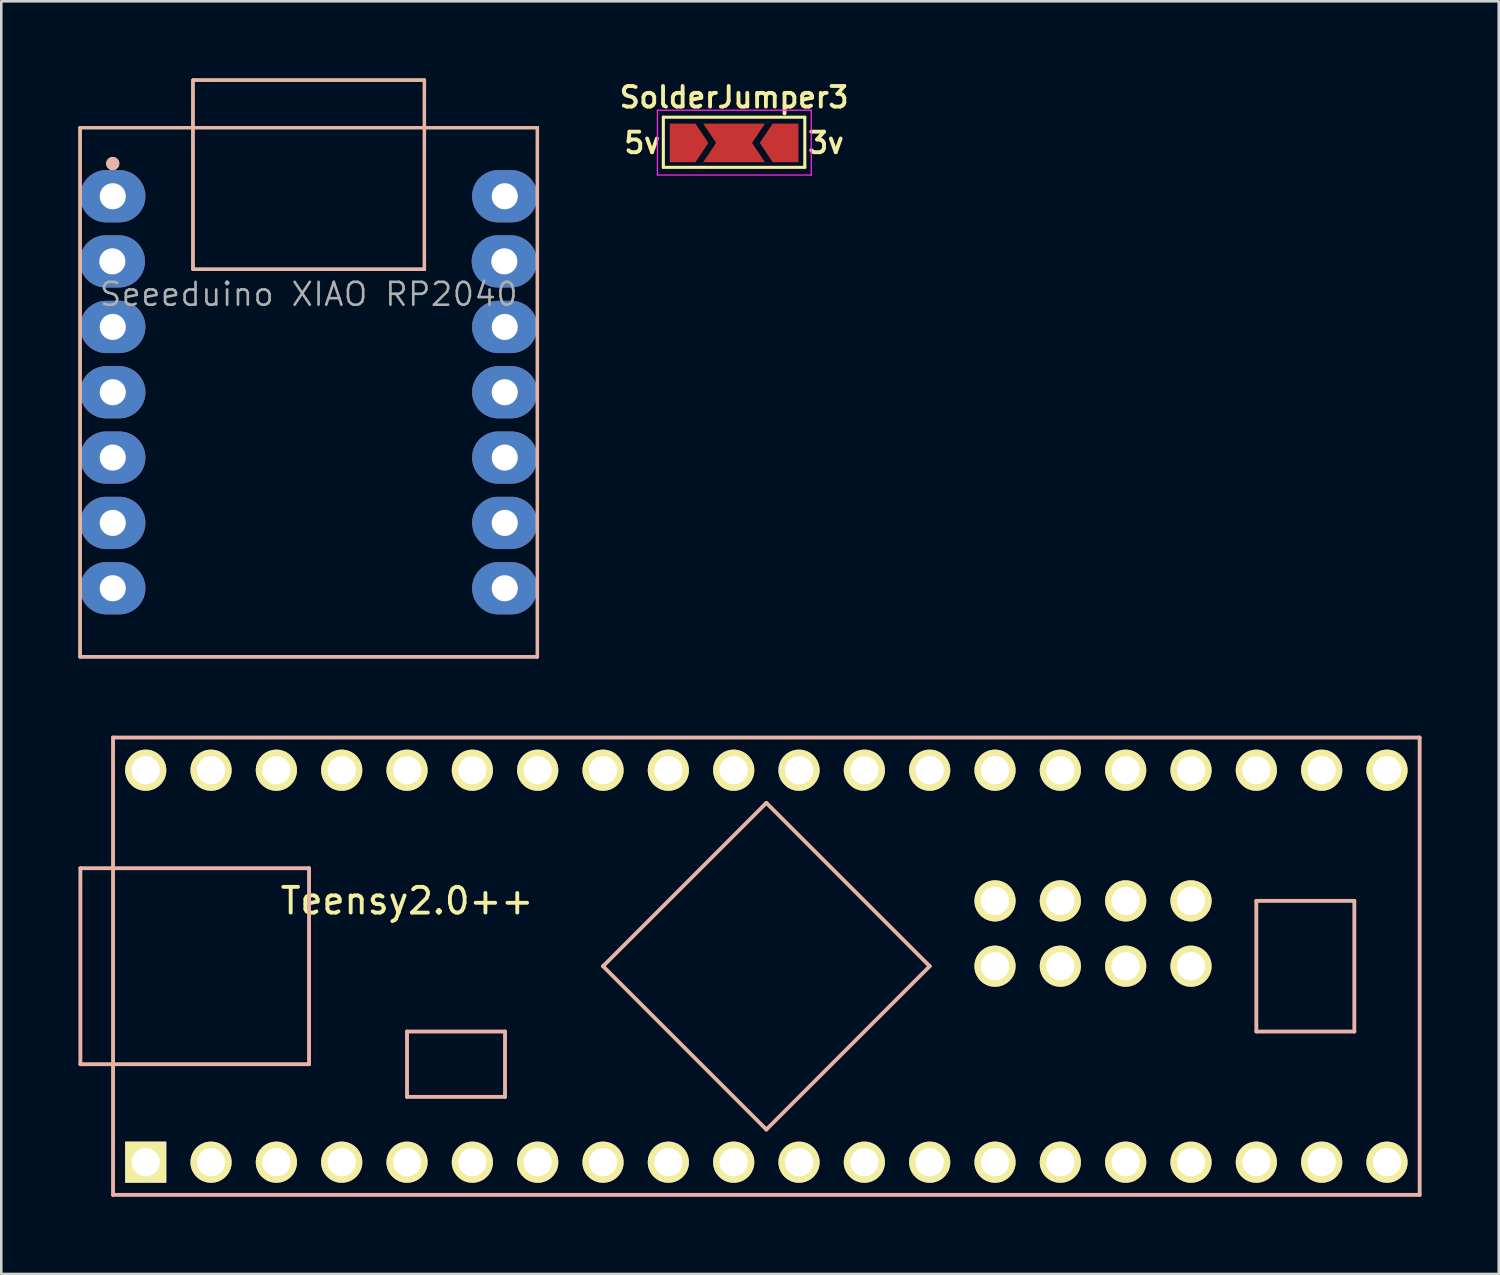
<source format=kicad_pcb>
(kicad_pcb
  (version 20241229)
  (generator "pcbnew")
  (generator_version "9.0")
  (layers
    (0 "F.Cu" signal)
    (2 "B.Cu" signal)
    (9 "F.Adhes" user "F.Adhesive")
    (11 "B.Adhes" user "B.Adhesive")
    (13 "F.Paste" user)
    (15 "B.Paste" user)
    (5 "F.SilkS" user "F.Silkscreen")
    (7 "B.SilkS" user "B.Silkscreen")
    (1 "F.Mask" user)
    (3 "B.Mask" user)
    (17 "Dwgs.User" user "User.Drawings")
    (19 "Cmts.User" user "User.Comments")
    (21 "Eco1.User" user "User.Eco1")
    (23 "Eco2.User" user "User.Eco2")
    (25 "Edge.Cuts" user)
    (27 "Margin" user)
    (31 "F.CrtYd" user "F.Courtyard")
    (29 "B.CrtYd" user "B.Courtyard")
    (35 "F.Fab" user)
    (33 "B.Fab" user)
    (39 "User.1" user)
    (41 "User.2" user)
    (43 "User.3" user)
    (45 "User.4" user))
  (footprint "SolderJumper3"
    (layer "F.Cu")
    (at 25.49 2.506)
    (property "Reference" "SolderJumper3" (at 0 -1.775 0) (layer "F.SilkS") (effects (font (size 0.8 0.8) (thickness 0.15))))
    (attr exclude_from_pos_files exclude_from_bom)
    (fp_line (start -2.75 -1) (end 2.75 -1) (stroke (width 0.12) (type solid)) (layer "F.SilkS"))
    (fp_line (start -2.75 0.95) (end -2.75 -1) (stroke (width 0.12) (type solid)) (layer "F.SilkS"))
    (fp_line (start 2.75 -1) (end 2.75 0.95) (stroke (width 0.12) (type solid)) (layer "F.SilkS"))
    (fp_line (start 2.75 0.95) (end -2.75 0.95) (stroke (width 0.12) (type solid)) (layer "F.SilkS"))
    (fp_line (start -2.98 -1.27) (end -2.98 1.25) (stroke (width 0.05) (type solid)) (layer "F.CrtYd"))
    (fp_line (start -2.98 -1.27) (end 3 -1.27) (stroke (width 0.05) (type solid)) (layer "F.CrtYd"))
    (fp_line (start 3 1.25) (end -2.98 1.25) (stroke (width 0.05) (type solid)) (layer "F.CrtYd"))
    (fp_line (start 3 1.25) (end 3 -1.27) (stroke (width 0.05) (type solid)) (layer "F.CrtYd"))
    (fp_text user "5v" (at -3.572 0 0) (layer "F.SilkS") (effects (font (size 0.8 0.8) (thickness 0.15))))
    (fp_text user "3v" (at 3.572 0 0) (layer "F.SilkS") (effects (font (size 0.8 0.8) (thickness 0.15))))
    (pad "" smd rect (at -1.2 0) (size 1.5 1.5) (layers "F.Mask"))
    (pad "" smd rect (at 1.2 0) (size 1.5 1.5) (layers "F.Mask"))
    (pad "1" smd custom (at -2 0) (size 0.3 0.3) (layers "F.Cu" "F.Mask") (options (anchor rect)) (primitives (gr_poly (pts (xy -0.5 -0.75) (xy 0.5 -0.75) (xy 1 0) (xy 0.5 0.75) (xy -0.5 0.75)) (width 0) (fill yes))))
    (pad "2" smd custom (at 0 0) (size 0.3 0.3) (layers "F.Cu") (options (anchor rect)) (primitives (gr_poly (pts (xy -1.2 -0.75) (xy 1.2 -0.75) (xy 0.7 0) (xy 1.2 0.75) (xy -1.2 0.75) (xy -0.7 0)) (width 0) (fill yes))))
    (pad "3" smd custom (at 2 0 180) (size 0.3 0.3) (layers "F.Cu" "F.Mask") (options (anchor rect)) (primitives (gr_poly (pts (xy -0.5 -0.75) (xy 0.5 -0.75) (xy 1 0) (xy 0.5 0.75) (xy -0.5 0.75)) (width 0) (fill yes)))))
  (footprint "Teensy2.0++"
    (layer "F.Cu")
    (at 26.745 34.515)
    (property "Reference" "Teensy2.0++" (at -13.97 -2.54 0) (layer "F.SilkS") (effects (font (size 1 1) (thickness 0.15))))
    (attr through_hole)
    (fp_line (start -26.67 -3.81) (end -17.78 -3.81) (stroke (width 0.15) (type solid)) (layer "B.SilkS"))
    (fp_line (start -26.67 3.81) (end -26.67 -3.81) (stroke (width 0.15) (type solid)) (layer "B.SilkS"))
    (fp_line (start -25.4 -8.89) (end 25.4 -8.89) (stroke (width 0.15) (type solid)) (layer "B.SilkS"))
    (fp_line (start -25.4 8.89) (end -25.4 -8.89) (stroke (width 0.15) (type solid)) (layer "B.SilkS"))
    (fp_line (start -17.78 -3.81) (end -17.78 3.81) (stroke (width 0.15) (type solid)) (layer "B.SilkS"))
    (fp_line (start -17.78 3.81) (end -26.67 3.81) (stroke (width 0.15) (type solid)) (layer "B.SilkS"))
    (fp_line (start -13.97 2.54) (end -10.16 2.54) (stroke (width 0.15) (type solid)) (layer "B.SilkS"))
    (fp_line (start -13.97 5.08) (end -13.97 2.54) (stroke (width 0.15) (type solid)) (layer "B.SilkS"))
    (fp_line (start -10.16 2.54) (end -10.16 5.08) (stroke (width 0.15) (type solid)) (layer "B.SilkS"))
    (fp_line (start -10.16 5.08) (end -13.97 5.08) (stroke (width 0.15) (type solid)) (layer "B.SilkS"))
    (fp_line (start -6.35 0) (end 0 -6.35) (stroke (width 0.15) (type solid)) (layer "B.SilkS"))
    (fp_line (start 0 -6.35) (end 6.35 0) (stroke (width 0.15) (type solid)) (layer "B.SilkS"))
    (fp_line (start 0 6.35) (end -6.35 0) (stroke (width 0.15) (type solid)) (layer "B.SilkS"))
    (fp_line (start 6.35 0) (end 0 6.35) (stroke (width 0.15) (type solid)) (layer "B.SilkS"))
    (fp_line (start 19.05 -2.54) (end 22.86 -2.54) (stroke (width 0.15) (type solid)) (layer "B.SilkS"))
    (fp_line (start 19.05 2.54) (end 19.05 -2.54) (stroke (width 0.15) (type solid)) (layer "B.SilkS"))
    (fp_line (start 22.86 -2.54) (end 22.86 2.54) (stroke (width 0.15) (type solid)) (layer "B.SilkS"))
    (fp_line (start 22.86 2.54) (end 19.05 2.54) (stroke (width 0.15) (type solid)) (layer "B.SilkS"))
    (fp_line (start 25.4 -8.89) (end 25.4 8.89) (stroke (width 0.15) (type solid)) (layer "B.SilkS"))
    (fp_line (start 25.4 8.89) (end -25.4 8.89) (stroke (width 0.15) (type solid)) (layer "B.SilkS"))
    (pad "1" thru_hole rect (at -24.13 7.62) (size 1.6 1.6) (drill 1.1) (layers "*.Cu" "*.Mask" "F.SilkS"))
    (pad "2" thru_hole circle (at -21.59 7.62) (size 1.6 1.6) (drill 1.1) (layers "*.Cu" "*.Mask" "F.SilkS"))
    (pad "3" thru_hole circle (at -19.05 7.62) (size 1.6 1.6) (drill 1.1) (layers "*.Cu" "*.Mask" "F.SilkS"))
    (pad "4" thru_hole circle (at -16.51 7.62) (size 1.6 1.6) (drill 1.1) (layers "*.Cu" "*.Mask" "F.SilkS"))
    (pad "5" thru_hole circle (at -13.97 7.62) (size 1.6 1.6) (drill 1.1) (layers "*.Cu" "*.Mask" "F.SilkS"))
    (pad "6" thru_hole circle (at -11.43 7.62) (size 1.6 1.6) (drill 1.1) (layers "*.Cu" "*.Mask" "F.SilkS"))
    (pad "7" thru_hole circle (at -8.89 7.62) (size 1.6 1.6) (drill 1.1) (layers "*.Cu" "*.Mask" "F.SilkS"))
    (pad "8" thru_hole circle (at -6.35 7.62) (size 1.6 1.6) (drill 1.1) (layers "*.Cu" "*.Mask" "F.SilkS"))
    (pad "9" thru_hole circle (at -3.81 7.62) (size 1.6 1.6) (drill 1.1) (layers "*.Cu" "*.Mask" "F.SilkS"))
    (pad "10" thru_hole circle (at -1.27 7.62) (size 1.6 1.6) (drill 1.1) (layers "*.Cu" "*.Mask" "F.SilkS"))
    (pad "11" thru_hole circle (at 1.27 7.62) (size 1.6 1.6) (drill 1.1) (layers "*.Cu" "*.Mask" "F.SilkS"))
    (pad "12" thru_hole circle (at 3.81 7.62) (size 1.6 1.6) (drill 1.1) (layers "*.Cu" "*.Mask" "F.SilkS"))
    (pad "13" thru_hole circle (at 6.35 7.62) (size 1.6 1.6) (drill 1.1) (layers "*.Cu" "*.Mask" "F.SilkS"))
    (pad "14" thru_hole circle (at 8.89 7.62) (size 1.6 1.6) (drill 1.1) (layers "*.Cu" "*.Mask" "F.SilkS"))
    (pad "15" thru_hole circle (at 11.43 7.62) (size 1.6 1.6) (drill 1.1) (layers "*.Cu" "*.Mask" "F.SilkS"))
    (pad "16" thru_hole circle (at 13.97 7.62) (size 1.6 1.6) (drill 1.1) (layers "*.Cu" "*.Mask" "F.SilkS"))
    (pad "17" thru_hole circle (at 16.51 7.62) (size 1.6 1.6) (drill 1.1) (layers "*.Cu" "*.Mask" "F.SilkS"))
    (pad "18" thru_hole circle (at 19.05 7.62) (size 1.6 1.6) (drill 1.1) (layers "*.Cu" "*.Mask" "F.SilkS"))
    (pad "19" thru_hole circle (at 21.59 7.62) (size 1.6 1.6) (drill 1.1) (layers "*.Cu" "*.Mask" "F.SilkS"))
    (pad "20" thru_hole circle (at 24.13 7.62) (size 1.6 1.6) (drill 1.1) (layers "*.Cu" "*.Mask" "F.SilkS"))
    (pad "24" thru_hole circle (at 24.13 -7.62) (size 1.6 1.6) (drill 1.1) (layers "*.Cu" "*.Mask" "F.SilkS"))
    (pad "25" thru_hole circle (at 21.59 -7.62) (size 1.6 1.6) (drill 1.1) (layers "*.Cu" "*.Mask" "F.SilkS"))
    (pad "26" thru_hole circle (at 19.05 -7.62) (size 1.6 1.6) (drill 1.1) (layers "*.Cu" "*.Mask" "F.SilkS"))
    (pad "27" thru_hole circle (at 16.51 -7.62) (size 1.6 1.6) (drill 1.1) (layers "*.Cu" "*.Mask" "F.SilkS"))
    (pad "28" thru_hole circle (at 13.97 -7.62) (size 1.6 1.6) (drill 1.1) (layers "*.Cu" "*.Mask" "F.SilkS"))
    (pad "29" thru_hole circle (at 11.43 -7.62) (size 1.6 1.6) (drill 1.1) (layers "*.Cu" "*.Mask" "F.SilkS"))
    (pad "30" thru_hole circle (at 8.89 -7.62) (size 1.6 1.6) (drill 1.1) (layers "*.Cu" "*.Mask" "F.SilkS"))
    (pad "31" thru_hole circle (at 6.35 -7.62) (size 1.6 1.6) (drill 1.1) (layers "*.Cu" "*.Mask" "F.SilkS"))
    (pad "32" thru_hole circle (at 3.81 -7.62) (size 1.6 1.6) (drill 1.1) (layers "*.Cu" "*.Mask" "F.SilkS"))
    (pad "33" thru_hole circle (at 1.27 -7.62) (size 1.6 1.6) (drill 1.1) (layers "*.Cu" "*.Mask" "F.SilkS"))
    (pad "34" thru_hole circle (at -1.27 -7.62) (size 1.6 1.6) (drill 1.1) (layers "*.Cu" "*.Mask" "F.SilkS"))
    (pad "35" thru_hole circle (at -3.81 -7.62) (size 1.6 1.6) (drill 1.1) (layers "*.Cu" "*.Mask" "F.SilkS"))
    (pad "36" thru_hole circle (at -6.35 -7.62) (size 1.6 1.6) (drill 1.1) (layers "*.Cu" "*.Mask" "F.SilkS"))
    (pad "37" thru_hole circle (at -8.89 -7.62) (size 1.6 1.6) (drill 1.1) (layers "*.Cu" "*.Mask" "F.SilkS"))
    (pad "38" thru_hole circle (at -11.43 -7.62) (size 1.6 1.6) (drill 1.1) (layers "*.Cu" "*.Mask" "F.SilkS"))
    (pad "39" thru_hole circle (at -13.97 -7.62) (size 1.6 1.6) (drill 1.1) (layers "*.Cu" "*.Mask" "F.SilkS"))
    (pad "40" thru_hole circle (at -16.51 -7.62) (size 1.6 1.6) (drill 1.1) (layers "*.Cu" "*.Mask" "F.SilkS"))
    (pad "41" thru_hole circle (at -19.05 -7.62) (size 1.6 1.6) (drill 1.1) (layers "*.Cu" "*.Mask" "F.SilkS"))
    (pad "42" thru_hole circle (at -21.59 -7.62) (size 1.6 1.6) (drill 1.1) (layers "*.Cu" "*.Mask" "F.SilkS"))
    (pad "43" thru_hole circle (at -24.13 -7.62) (size 1.6 1.6) (drill 1.1) (layers "*.Cu" "*.Mask" "F.SilkS"))
    (pad "44" thru_hole circle (at 8.89 -2.54) (size 1.6 1.6) (drill 1.1) (layers "*.Cu" "*.Mask" "F.SilkS"))
    (pad "45" thru_hole circle (at 11.43 -2.54) (size 1.6 1.6) (drill 1.1) (layers "*.Cu" "*.Mask" "F.SilkS"))
    (pad "46" thru_hole circle (at 13.97 -2.54) (size 1.6 1.6) (drill 1.1) (layers "*.Cu" "*.Mask" "F.SilkS"))
    (pad "47" thru_hole circle (at 16.51 -2.54) (size 1.6 1.6) (drill 1.1) (layers "*.Cu" "*.Mask" "F.SilkS"))
    (pad "48" thru_hole circle (at 8.89 0) (size 1.6 1.6) (drill 1.1) (layers "*.Cu" "*.Mask" "F.SilkS"))
    (pad "49" thru_hole circle (at 11.43 0) (size 1.6 1.6) (drill 1.1) (layers "*.Cu" "*.Mask" "F.SilkS"))
    (pad "50" thru_hole circle (at 13.97 0) (size 1.6 1.6) (drill 1.1) (layers "*.Cu" "*.Mask" "F.SilkS"))
    (pad "51" thru_hole circle (at 16.51 0) (size 1.6 1.6) (drill 1.1) (layers "*.Cu" "*.Mask" "F.SilkS")))
  (footprint "Seeeduino XIAO RP2040"
    (layer "F.Cu")
    (at 8.954 12.2)
    (property "Reference" "Seeeduino XIAO RP2040" (at 0 -3.81 0) (layer "F.Fab") (effects (font (size 0.889 0.889) (thickness 0.102))))
    (property "Value" "${VALUE}" (at 0 -2.54 0) (layer "F.Fab") (hide yes) (effects (font (size 0.61 0.61) (thickness 0.076))))
    (attr through_hole)
    (fp_line (start -8.89 10.287) (end -8.89 -10.287) (stroke (width 0.127) (type solid)) (layer "F.SilkS"))
    (fp_line (start -4.502 -4.783) (end -4.502 -12.136) (stroke (width 0.127) (type solid)) (layer "F.SilkS"))
    (fp_line (start -4.497 -12.136) (end 4.497 -12.136) (stroke (width 0.127) (type solid)) (layer "F.SilkS"))
    (fp_line (start 4.497 -12.136) (end 4.497 -4.783) (stroke (width 0.127) (type solid)) (layer "F.SilkS"))
    (fp_line (start 4.497 -4.783) (end -4.502 -4.783) (stroke (width 0.127) (type solid)) (layer "F.SilkS"))
    (fp_line (start 8.89 -10.287) (end -8.89 -10.287) (stroke (width 0.127) (type solid)) (layer "F.SilkS"))
    (fp_line (start 8.89 10.287) (end -8.89 10.287) (stroke (width 0.127) (type solid)) (layer "F.SilkS"))
    (fp_line (start 8.89 10.287) (end 8.89 -10.287) (stroke (width 0.127) (type solid)) (layer "F.SilkS"))
    (fp_circle (center -7.62 -8.89) (end -7.62 -9.144) (stroke (width 0) (type solid)) (fill yes) (layer "F.SilkS"))
    (fp_line (start -8.89 -10.287) (end -8.89 10.287) (stroke (width 0.127) (type solid)) (layer "B.SilkS"))
    (fp_line (start -8.89 10.287) (end 8.89 10.287) (stroke (width 0.127) (type solid)) (layer "B.SilkS"))
    (fp_line (start -4.502 -4.783) (end -4.502 -12.136) (stroke (width 0.127) (type solid)) (layer "B.SilkS"))
    (fp_line (start -4.497 -12.136) (end 4.497 -12.136) (stroke (width 0.127) (type solid)) (layer "B.SilkS"))
    (fp_line (start 4.497 -12.136) (end 4.497 -4.783) (stroke (width 0.127) (type solid)) (layer "B.SilkS"))
    (fp_line (start 4.497 -4.783) (end -4.502 -4.783) (stroke (width 0.127) (type solid)) (layer "B.SilkS"))
    (fp_line (start 8.89 -10.287) (end -8.89 -10.287) (stroke (width 0.127) (type solid)) (layer "B.SilkS"))
    (fp_line (start 8.89 10.287) (end 8.89 -10.287) (stroke (width 0.127) (type solid)) (layer "B.SilkS"))
    (fp_circle (center -7.62 -8.89) (end -7.366 -8.89) (stroke (width 0) (type solid)) (fill yes) (layer "B.SilkS"))
    (pad "1" thru_hole oval (at -7.62 -7.62) (size 2.54 2.032) (drill 1.016) (layers "*.Cu" "*.Mask"))
    (pad "2" thru_hole oval (at -7.636 -5.088) (size 2.54 2.032) (drill 1.016) (layers "*.Cu" "*.Mask"))
    (pad "3" thru_hole oval (at -7.62 -2.54) (size 2.54 2.032) (drill 1.016) (layers "*.Cu" "*.Mask"))
    (pad "4" thru_hole oval (at -7.62 0) (size 2.54 2.032) (drill 1.016) (layers "*.Cu" "*.Mask"))
    (pad "5" thru_hole oval (at -7.62 2.54) (size 2.54 2.032) (drill 1.016) (layers "*.Cu" "*.Mask"))
    (pad "6" thru_hole oval (at -7.62 5.08) (size 2.54 2.032) (drill 1.016) (layers "*.Cu" "*.Mask"))
    (pad "7" thru_hole oval (at -7.62 7.62) (size 2.54 2.032) (drill 1.016) (layers "*.Cu" "*.Mask"))
    (pad "8" thru_hole oval (at 7.62 7.62) (size 2.54 2.032) (drill 1.016) (layers "*.Cu" "*.Mask"))
    (pad "9" thru_hole oval (at 7.62 5.08) (size 2.54 2.032) (drill 1.016) (layers "*.Cu" "*.Mask"))
    (pad "10" thru_hole oval (at 7.62 2.54) (size 2.54 2.032) (drill 1.016) (layers "*.Cu" "*.Mask"))
    (pad "11" thru_hole oval (at 7.62 0) (size 2.54 2.032) (drill 1.016) (layers "*.Cu" "*.Mask"))
    (pad "12" thru_hole oval (at 7.62 -2.54) (size 2.54 2.032) (drill 1.016) (layers "*.Cu" "*.Mask"))
    (pad "13" thru_hole oval (at 7.604 -5.088) (size 2.54 2.032) (drill 1.016) (layers "*.Cu" "*.Mask"))
    (pad "14" thru_hole oval (at 7.62 -7.62) (size 2.54 2.032) (drill 1.016) (layers "*.Cu" "*.Mask")))
  (gr_rect
    (start -3 -3)
    (end 55.22 46.48)
    (stroke (width 0.1) (type default))
    (fill no)
    (layer "Edge.Cuts")))
</source>
